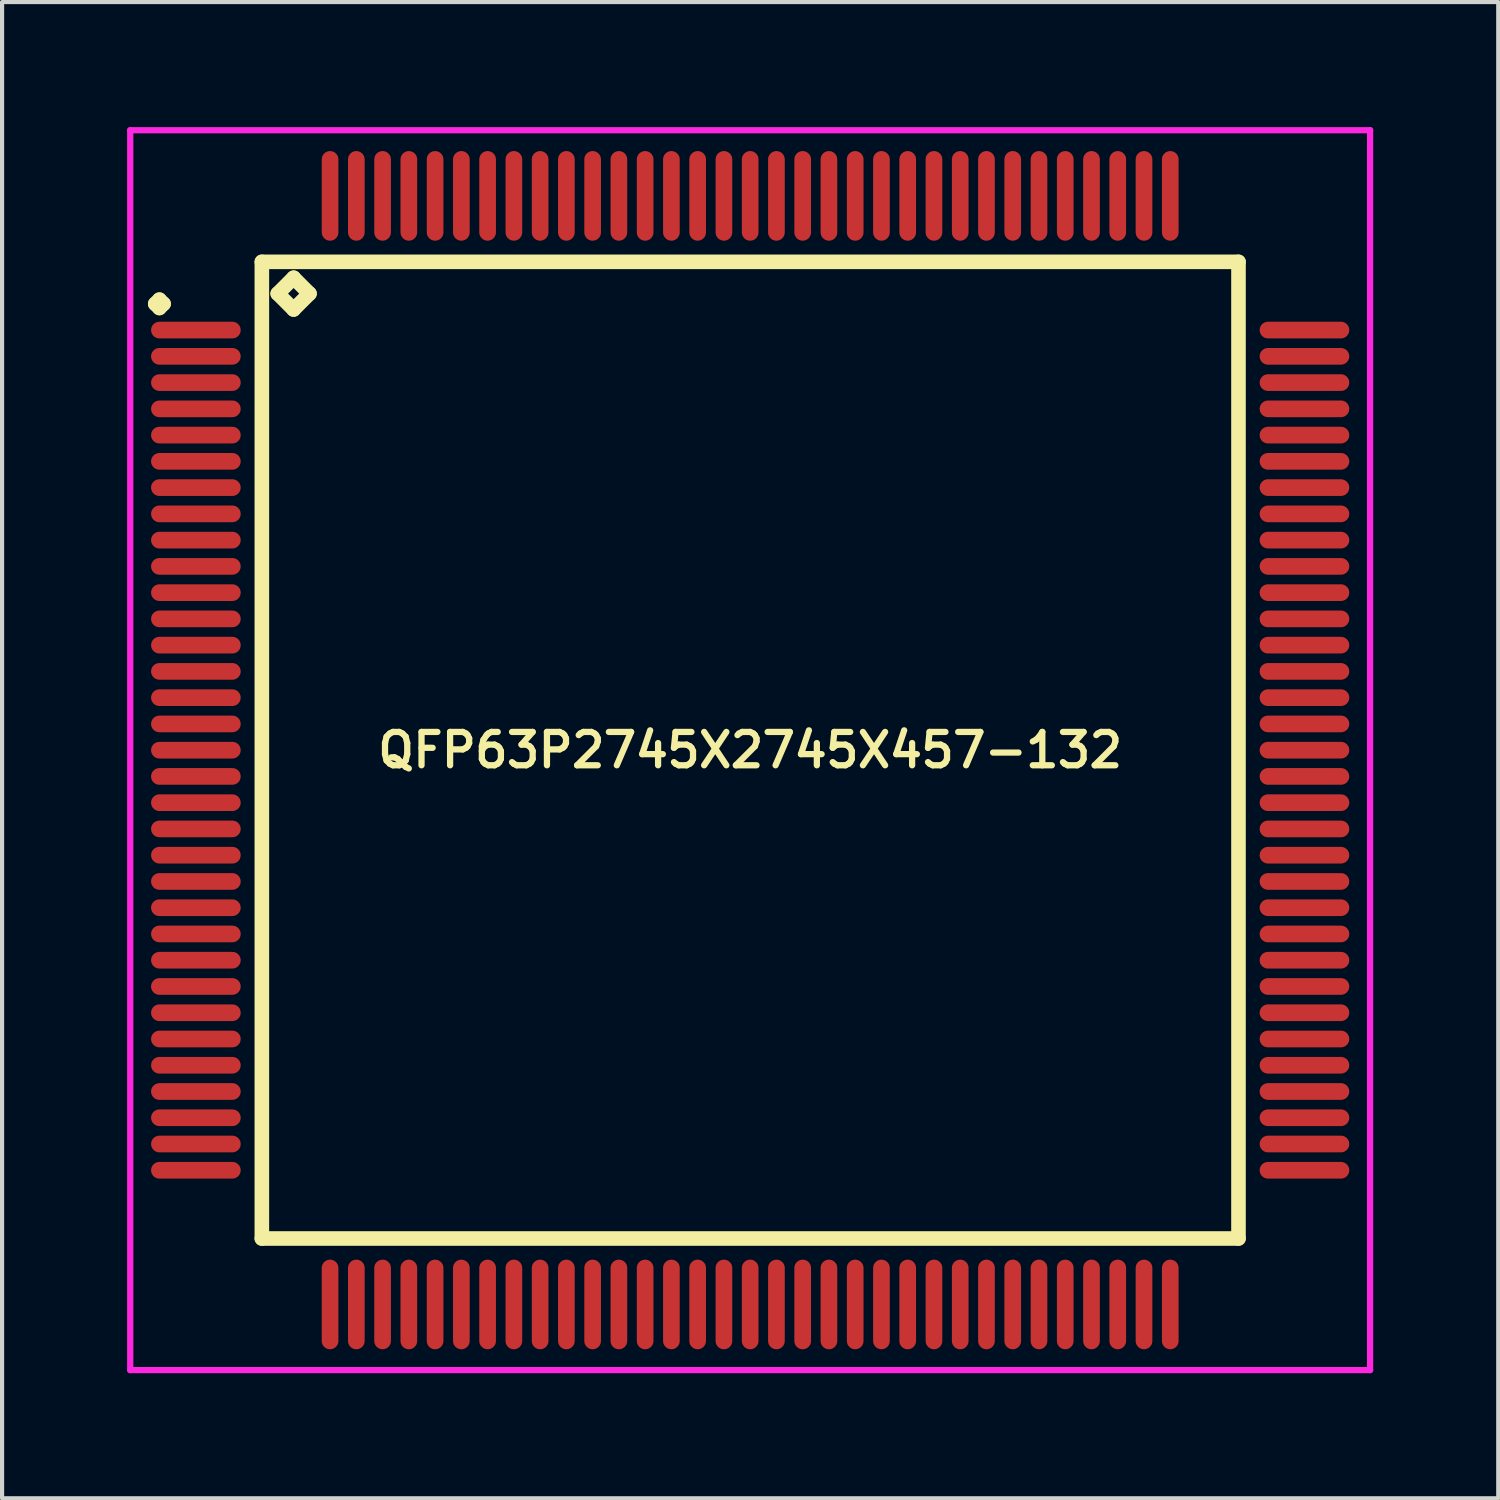
<source format=kicad_pcb>
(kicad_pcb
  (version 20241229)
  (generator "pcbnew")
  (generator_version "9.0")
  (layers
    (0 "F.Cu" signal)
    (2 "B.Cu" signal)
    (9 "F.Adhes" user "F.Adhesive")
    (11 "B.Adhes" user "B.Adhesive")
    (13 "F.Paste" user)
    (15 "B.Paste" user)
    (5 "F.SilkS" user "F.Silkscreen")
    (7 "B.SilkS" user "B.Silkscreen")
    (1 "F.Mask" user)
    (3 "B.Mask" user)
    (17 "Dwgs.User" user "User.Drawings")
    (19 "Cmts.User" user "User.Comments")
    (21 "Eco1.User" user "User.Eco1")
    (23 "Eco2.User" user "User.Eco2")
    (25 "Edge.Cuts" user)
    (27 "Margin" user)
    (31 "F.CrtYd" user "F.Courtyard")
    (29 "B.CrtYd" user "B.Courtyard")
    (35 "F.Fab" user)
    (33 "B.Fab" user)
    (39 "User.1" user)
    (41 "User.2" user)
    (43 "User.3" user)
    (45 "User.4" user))
  (footprint "QFP63P2745X2745X457-132"
    (layer "F.Cu")
    (at 14.95 14.95)
    (property "Reference" "QFP63P2745X2745X457-132" (at 0 0 0) (layer "F.SilkS") (effects (font (size 0.8 0.8) (thickness 0.15))))
    (attr smd)
    (fp_line (start -14.275 -10.71) (end -14.175 -10.81) (stroke (width 0.35) (type solid)) (layer "F.SilkS"))
    (fp_line (start -14.175 -10.81) (end -14.075 -10.71) (stroke (width 0.35) (type solid)) (layer "F.SilkS"))
    (fp_line (start -14.175 -10.61) (end -14.275 -10.71) (stroke (width 0.35) (type solid)) (layer "F.SilkS"))
    (fp_line (start -14.075 -10.71) (end -14.175 -10.61) (stroke (width 0.35) (type solid)) (layer "F.SilkS"))
    (fp_line (start -11.717 -11.717) (end -11.717 11.717) (stroke (width 0.35) (type solid)) (layer "F.SilkS"))
    (fp_line (start -11.717 11.717) (end 11.717 11.717) (stroke (width 0.35) (type solid)) (layer "F.SilkS"))
    (fp_line (start -11.336 -10.955) (end -10.955 -11.336) (stroke (width 0.35) (type solid)) (layer "F.SilkS"))
    (fp_line (start -10.955 -11.336) (end -10.574 -10.955) (stroke (width 0.35) (type solid)) (layer "F.SilkS"))
    (fp_line (start -10.955 -10.574) (end -11.336 -10.955) (stroke (width 0.35) (type solid)) (layer "F.SilkS"))
    (fp_line (start -10.574 -10.955) (end -10.955 -10.574) (stroke (width 0.35) (type solid)) (layer "F.SilkS"))
    (fp_line (start 11.717 -11.717) (end -11.717 -11.717) (stroke (width 0.35) (type solid)) (layer "F.SilkS"))
    (fp_line (start 11.717 11.717) (end 11.717 -11.717) (stroke (width 0.35) (type solid)) (layer "F.SilkS"))
    (fp_line (start -14.875 -14.875) (end 14.875 -14.875) (stroke (width 0.15) (type solid)) (layer "F.CrtYd"))
    (fp_line (start -14.875 14.875) (end -14.875 -14.875) (stroke (width 0.15) (type solid)) (layer "F.CrtYd"))
    (fp_line (start 14.875 -14.875) (end 14.875 14.875) (stroke (width 0.15) (type solid)) (layer "F.CrtYd"))
    (fp_line (start 14.875 14.875) (end -14.875 14.875) (stroke (width 0.15) (type solid)) (layer "F.CrtYd"))
    (pad "1" smd oval (at -13.3 -10.08) (size 2.15 0.4) (layers "F.Cu" "F.Mask" "F.Paste"))
    (pad "2" smd oval (at -13.3 -9.45) (size 2.15 0.4) (layers "F.Cu" "F.Mask" "F.Paste"))
    (pad "3" smd oval (at -13.3 -8.82) (size 2.15 0.4) (layers "F.Cu" "F.Mask" "F.Paste"))
    (pad "4" smd oval (at -13.3 -8.19) (size 2.15 0.4) (layers "F.Cu" "F.Mask" "F.Paste"))
    (pad "5" smd oval (at -13.3 -7.56) (size 2.15 0.4) (layers "F.Cu" "F.Mask" "F.Paste"))
    (pad "6" smd oval (at -13.3 -6.93) (size 2.15 0.4) (layers "F.Cu" "F.Mask" "F.Paste"))
    (pad "7" smd oval (at -13.3 -6.3) (size 2.15 0.4) (layers "F.Cu" "F.Mask" "F.Paste"))
    (pad "8" smd oval (at -13.3 -5.67) (size 2.15 0.4) (layers "F.Cu" "F.Mask" "F.Paste"))
    (pad "9" smd oval (at -13.3 -5.04) (size 2.15 0.4) (layers "F.Cu" "F.Mask" "F.Paste"))
    (pad "10" smd oval (at -13.3 -4.41) (size 2.15 0.4) (layers "F.Cu" "F.Mask" "F.Paste"))
    (pad "11" smd oval (at -13.3 -3.78) (size 2.15 0.4) (layers "F.Cu" "F.Mask" "F.Paste"))
    (pad "12" smd oval (at -13.3 -3.15) (size 2.15 0.4) (layers "F.Cu" "F.Mask" "F.Paste"))
    (pad "13" smd oval (at -13.3 -2.52) (size 2.15 0.4) (layers "F.Cu" "F.Mask" "F.Paste"))
    (pad "14" smd oval (at -13.3 -1.89) (size 2.15 0.4) (layers "F.Cu" "F.Mask" "F.Paste"))
    (pad "15" smd oval (at -13.3 -1.26) (size 2.15 0.4) (layers "F.Cu" "F.Mask" "F.Paste"))
    (pad "16" smd oval (at -13.3 -0.63) (size 2.15 0.4) (layers "F.Cu" "F.Mask" "F.Paste"))
    (pad "17" smd oval (at -13.3 0) (size 2.15 0.4) (layers "F.Cu" "F.Mask" "F.Paste"))
    (pad "18" smd oval (at -13.3 0.63) (size 2.15 0.4) (layers "F.Cu" "F.Mask" "F.Paste"))
    (pad "19" smd oval (at -13.3 1.26) (size 2.15 0.4) (layers "F.Cu" "F.Mask" "F.Paste"))
    (pad "20" smd oval (at -13.3 1.89) (size 2.15 0.4) (layers "F.Cu" "F.Mask" "F.Paste"))
    (pad "21" smd oval (at -13.3 2.52) (size 2.15 0.4) (layers "F.Cu" "F.Mask" "F.Paste"))
    (pad "22" smd oval (at -13.3 3.15) (size 2.15 0.4) (layers "F.Cu" "F.Mask" "F.Paste"))
    (pad "23" smd oval (at -13.3 3.78) (size 2.15 0.4) (layers "F.Cu" "F.Mask" "F.Paste"))
    (pad "24" smd oval (at -13.3 4.41) (size 2.15 0.4) (layers "F.Cu" "F.Mask" "F.Paste"))
    (pad "25" smd oval (at -13.3 5.04) (size 2.15 0.4) (layers "F.Cu" "F.Mask" "F.Paste"))
    (pad "26" smd oval (at -13.3 5.67) (size 2.15 0.4) (layers "F.Cu" "F.Mask" "F.Paste"))
    (pad "27" smd oval (at -13.3 6.3) (size 2.15 0.4) (layers "F.Cu" "F.Mask" "F.Paste"))
    (pad "28" smd oval (at -13.3 6.93) (size 2.15 0.4) (layers "F.Cu" "F.Mask" "F.Paste"))
    (pad "29" smd oval (at -13.3 7.56) (size 2.15 0.4) (layers "F.Cu" "F.Mask" "F.Paste"))
    (pad "30" smd oval (at -13.3 8.19) (size 2.15 0.4) (layers "F.Cu" "F.Mask" "F.Paste"))
    (pad "31" smd oval (at -13.3 8.82) (size 2.15 0.4) (layers "F.Cu" "F.Mask" "F.Paste"))
    (pad "32" smd oval (at -13.3 9.45) (size 2.15 0.4) (layers "F.Cu" "F.Mask" "F.Paste"))
    (pad "33" smd oval (at -13.3 10.08) (size 2.15 0.4) (layers "F.Cu" "F.Mask" "F.Paste"))
    (pad "34" smd oval (at -10.08 13.3) (size 0.4 2.15) (layers "F.Cu" "F.Mask" "F.Paste"))
    (pad "35" smd oval (at -9.45 13.3) (size 0.4 2.15) (layers "F.Cu" "F.Mask" "F.Paste"))
    (pad "36" smd oval (at -8.82 13.3) (size 0.4 2.15) (layers "F.Cu" "F.Mask" "F.Paste"))
    (pad "37" smd oval (at -8.19 13.3) (size 0.4 2.15) (layers "F.Cu" "F.Mask" "F.Paste"))
    (pad "38" smd oval (at -7.56 13.3) (size 0.4 2.15) (layers "F.Cu" "F.Mask" "F.Paste"))
    (pad "39" smd oval (at -6.93 13.3) (size 0.4 2.15) (layers "F.Cu" "F.Mask" "F.Paste"))
    (pad "40" smd oval (at -6.3 13.3) (size 0.4 2.15) (layers "F.Cu" "F.Mask" "F.Paste"))
    (pad "41" smd oval (at -5.67 13.3) (size 0.4 2.15) (layers "F.Cu" "F.Mask" "F.Paste"))
    (pad "42" smd oval (at -5.04 13.3) (size 0.4 2.15) (layers "F.Cu" "F.Mask" "F.Paste"))
    (pad "43" smd oval (at -4.41 13.3) (size 0.4 2.15) (layers "F.Cu" "F.Mask" "F.Paste"))
    (pad "44" smd oval (at -3.78 13.3) (size 0.4 2.15) (layers "F.Cu" "F.Mask" "F.Paste"))
    (pad "45" smd oval (at -3.15 13.3) (size 0.4 2.15) (layers "F.Cu" "F.Mask" "F.Paste"))
    (pad "46" smd oval (at -2.52 13.3) (size 0.4 2.15) (layers "F.Cu" "F.Mask" "F.Paste"))
    (pad "47" smd oval (at -1.89 13.3) (size 0.4 2.15) (layers "F.Cu" "F.Mask" "F.Paste"))
    (pad "48" smd oval (at -1.26 13.3) (size 0.4 2.15) (layers "F.Cu" "F.Mask" "F.Paste"))
    (pad "49" smd oval (at -0.63 13.3) (size 0.4 2.15) (layers "F.Cu" "F.Mask" "F.Paste"))
    (pad "50" smd oval (at 0 13.3) (size 0.4 2.15) (layers "F.Cu" "F.Mask" "F.Paste"))
    (pad "51" smd oval (at 0.63 13.3) (size 0.4 2.15) (layers "F.Cu" "F.Mask" "F.Paste"))
    (pad "52" smd oval (at 1.26 13.3) (size 0.4 2.15) (layers "F.Cu" "F.Mask" "F.Paste"))
    (pad "53" smd oval (at 1.89 13.3) (size 0.4 2.15) (layers "F.Cu" "F.Mask" "F.Paste"))
    (pad "54" smd oval (at 2.52 13.3) (size 0.4 2.15) (layers "F.Cu" "F.Mask" "F.Paste"))
    (pad "55" smd oval (at 3.15 13.3) (size 0.4 2.15) (layers "F.Cu" "F.Mask" "F.Paste"))
    (pad "56" smd oval (at 3.78 13.3) (size 0.4 2.15) (layers "F.Cu" "F.Mask" "F.Paste"))
    (pad "57" smd oval (at 4.41 13.3) (size 0.4 2.15) (layers "F.Cu" "F.Mask" "F.Paste"))
    (pad "58" smd oval (at 5.04 13.3) (size 0.4 2.15) (layers "F.Cu" "F.Mask" "F.Paste"))
    (pad "59" smd oval (at 5.67 13.3) (size 0.4 2.15) (layers "F.Cu" "F.Mask" "F.Paste"))
    (pad "60" smd oval (at 6.3 13.3) (size 0.4 2.15) (layers "F.Cu" "F.Mask" "F.Paste"))
    (pad "61" smd oval (at 6.93 13.3) (size 0.4 2.15) (layers "F.Cu" "F.Mask" "F.Paste"))
    (pad "62" smd oval (at 7.56 13.3) (size 0.4 2.15) (layers "F.Cu" "F.Mask" "F.Paste"))
    (pad "63" smd oval (at 8.19 13.3) (size 0.4 2.15) (layers "F.Cu" "F.Mask" "F.Paste"))
    (pad "64" smd oval (at 8.82 13.3) (size 0.4 2.15) (layers "F.Cu" "F.Mask" "F.Paste"))
    (pad "65" smd oval (at 9.45 13.3) (size 0.4 2.15) (layers "F.Cu" "F.Mask" "F.Paste"))
    (pad "66" smd oval (at 10.08 13.3) (size 0.4 2.15) (layers "F.Cu" "F.Mask" "F.Paste"))
    (pad "67" smd oval (at 13.3 10.08) (size 2.15 0.4) (layers "F.Cu" "F.Mask" "F.Paste"))
    (pad "68" smd oval (at 13.3 9.45) (size 2.15 0.4) (layers "F.Cu" "F.Mask" "F.Paste"))
    (pad "69" smd oval (at 13.3 8.82) (size 2.15 0.4) (layers "F.Cu" "F.Mask" "F.Paste"))
    (pad "70" smd oval (at 13.3 8.19) (size 2.15 0.4) (layers "F.Cu" "F.Mask" "F.Paste"))
    (pad "71" smd oval (at 13.3 7.56) (size 2.15 0.4) (layers "F.Cu" "F.Mask" "F.Paste"))
    (pad "72" smd oval (at 13.3 6.93) (size 2.15 0.4) (layers "F.Cu" "F.Mask" "F.Paste"))
    (pad "73" smd oval (at 13.3 6.3) (size 2.15 0.4) (layers "F.Cu" "F.Mask" "F.Paste"))
    (pad "74" smd oval (at 13.3 5.67) (size 2.15 0.4) (layers "F.Cu" "F.Mask" "F.Paste"))
    (pad "75" smd oval (at 13.3 5.04) (size 2.15 0.4) (layers "F.Cu" "F.Mask" "F.Paste"))
    (pad "76" smd oval (at 13.3 4.41) (size 2.15 0.4) (layers "F.Cu" "F.Mask" "F.Paste"))
    (pad "77" smd oval (at 13.3 3.78) (size 2.15 0.4) (layers "F.Cu" "F.Mask" "F.Paste"))
    (pad "78" smd oval (at 13.3 3.15) (size 2.15 0.4) (layers "F.Cu" "F.Mask" "F.Paste"))
    (pad "79" smd oval (at 13.3 2.52) (size 2.15 0.4) (layers "F.Cu" "F.Mask" "F.Paste"))
    (pad "80" smd oval (at 13.3 1.89) (size 2.15 0.4) (layers "F.Cu" "F.Mask" "F.Paste"))
    (pad "81" smd oval (at 13.3 1.26) (size 2.15 0.4) (layers "F.Cu" "F.Mask" "F.Paste"))
    (pad "82" smd oval (at 13.3 0.63) (size 2.15 0.4) (layers "F.Cu" "F.Mask" "F.Paste"))
    (pad "83" smd oval (at 13.3 0) (size 2.15 0.4) (layers "F.Cu" "F.Mask" "F.Paste"))
    (pad "84" smd oval (at 13.3 -0.63) (size 2.15 0.4) (layers "F.Cu" "F.Mask" "F.Paste"))
    (pad "85" smd oval (at 13.3 -1.26) (size 2.15 0.4) (layers "F.Cu" "F.Mask" "F.Paste"))
    (pad "86" smd oval (at 13.3 -1.89) (size 2.15 0.4) (layers "F.Cu" "F.Mask" "F.Paste"))
    (pad "87" smd oval (at 13.3 -2.52) (size 2.15 0.4) (layers "F.Cu" "F.Mask" "F.Paste"))
    (pad "88" smd oval (at 13.3 -3.15) (size 2.15 0.4) (layers "F.Cu" "F.Mask" "F.Paste"))
    (pad "89" smd oval (at 13.3 -3.78) (size 2.15 0.4) (layers "F.Cu" "F.Mask" "F.Paste"))
    (pad "90" smd oval (at 13.3 -4.41) (size 2.15 0.4) (layers "F.Cu" "F.Mask" "F.Paste"))
    (pad "91" smd oval (at 13.3 -5.04) (size 2.15 0.4) (layers "F.Cu" "F.Mask" "F.Paste"))
    (pad "92" smd oval (at 13.3 -5.67) (size 2.15 0.4) (layers "F.Cu" "F.Mask" "F.Paste"))
    (pad "93" smd oval (at 13.3 -6.3) (size 2.15 0.4) (layers "F.Cu" "F.Mask" "F.Paste"))
    (pad "94" smd oval (at 13.3 -6.93) (size 2.15 0.4) (layers "F.Cu" "F.Mask" "F.Paste"))
    (pad "95" smd oval (at 13.3 -7.56) (size 2.15 0.4) (layers "F.Cu" "F.Mask" "F.Paste"))
    (pad "96" smd oval (at 13.3 -8.19) (size 2.15 0.4) (layers "F.Cu" "F.Mask" "F.Paste"))
    (pad "97" smd oval (at 13.3 -8.82) (size 2.15 0.4) (layers "F.Cu" "F.Mask" "F.Paste"))
    (pad "98" smd oval (at 13.3 -9.45) (size 2.15 0.4) (layers "F.Cu" "F.Mask" "F.Paste"))
    (pad "99" smd oval (at 13.3 -10.08) (size 2.15 0.4) (layers "F.Cu" "F.Mask" "F.Paste"))
    (pad "100" smd oval (at 10.08 -13.3) (size 0.4 2.15) (layers "F.Cu" "F.Mask" "F.Paste"))
    (pad "101" smd oval (at 9.45 -13.3) (size 0.4 2.15) (layers "F.Cu" "F.Mask" "F.Paste"))
    (pad "102" smd oval (at 8.82 -13.3) (size 0.4 2.15) (layers "F.Cu" "F.Mask" "F.Paste"))
    (pad "103" smd oval (at 8.19 -13.3) (size 0.4 2.15) (layers "F.Cu" "F.Mask" "F.Paste"))
    (pad "104" smd oval (at 7.56 -13.3) (size 0.4 2.15) (layers "F.Cu" "F.Mask" "F.Paste"))
    (pad "105" smd oval (at 6.93 -13.3) (size 0.4 2.15) (layers "F.Cu" "F.Mask" "F.Paste"))
    (pad "106" smd oval (at 6.3 -13.3) (size 0.4 2.15) (layers "F.Cu" "F.Mask" "F.Paste"))
    (pad "107" smd oval (at 5.67 -13.3) (size 0.4 2.15) (layers "F.Cu" "F.Mask" "F.Paste"))
    (pad "108" smd oval (at 5.04 -13.3) (size 0.4 2.15) (layers "F.Cu" "F.Mask" "F.Paste"))
    (pad "109" smd oval (at 4.41 -13.3) (size 0.4 2.15) (layers "F.Cu" "F.Mask" "F.Paste"))
    (pad "110" smd oval (at 3.78 -13.3) (size 0.4 2.15) (layers "F.Cu" "F.Mask" "F.Paste"))
    (pad "111" smd oval (at 3.15 -13.3) (size 0.4 2.15) (layers "F.Cu" "F.Mask" "F.Paste"))
    (pad "112" smd oval (at 2.52 -13.3) (size 0.4 2.15) (layers "F.Cu" "F.Mask" "F.Paste"))
    (pad "113" smd oval (at 1.89 -13.3) (size 0.4 2.15) (layers "F.Cu" "F.Mask" "F.Paste"))
    (pad "114" smd oval (at 1.26 -13.3) (size 0.4 2.15) (layers "F.Cu" "F.Mask" "F.Paste"))
    (pad "115" smd oval (at 0.63 -13.3) (size 0.4 2.15) (layers "F.Cu" "F.Mask" "F.Paste"))
    (pad "116" smd oval (at 0 -13.3) (size 0.4 2.15) (layers "F.Cu" "F.Mask" "F.Paste"))
    (pad "117" smd oval (at -0.63 -13.3) (size 0.4 2.15) (layers "F.Cu" "F.Mask" "F.Paste"))
    (pad "118" smd oval (at -1.26 -13.3) (size 0.4 2.15) (layers "F.Cu" "F.Mask" "F.Paste"))
    (pad "119" smd oval (at -1.89 -13.3) (size 0.4 2.15) (layers "F.Cu" "F.Mask" "F.Paste"))
    (pad "120" smd oval (at -2.52 -13.3) (size 0.4 2.15) (layers "F.Cu" "F.Mask" "F.Paste"))
    (pad "121" smd oval (at -3.15 -13.3) (size 0.4 2.15) (layers "F.Cu" "F.Mask" "F.Paste"))
    (pad "122" smd oval (at -3.78 -13.3) (size 0.4 2.15) (layers "F.Cu" "F.Mask" "F.Paste"))
    (pad "123" smd oval (at -4.41 -13.3) (size 0.4 2.15) (layers "F.Cu" "F.Mask" "F.Paste"))
    (pad "124" smd oval (at -5.04 -13.3) (size 0.4 2.15) (layers "F.Cu" "F.Mask" "F.Paste"))
    (pad "125" smd oval (at -5.67 -13.3) (size 0.4 2.15) (layers "F.Cu" "F.Mask" "F.Paste"))
    (pad "126" smd oval (at -6.3 -13.3) (size 0.4 2.15) (layers "F.Cu" "F.Mask" "F.Paste"))
    (pad "127" smd oval (at -6.93 -13.3) (size 0.4 2.15) (layers "F.Cu" "F.Mask" "F.Paste"))
    (pad "128" smd oval (at -7.56 -13.3) (size 0.4 2.15) (layers "F.Cu" "F.Mask" "F.Paste"))
    (pad "129" smd oval (at -8.19 -13.3) (size 0.4 2.15) (layers "F.Cu" "F.Mask" "F.Paste"))
    (pad "130" smd oval (at -8.82 -13.3) (size 0.4 2.15) (layers "F.Cu" "F.Mask" "F.Paste"))
    (pad "131" smd oval (at -9.45 -13.3) (size 0.4 2.15) (layers "F.Cu" "F.Mask" "F.Paste"))
    (pad "132" smd oval (at -10.08 -13.3) (size 0.4 2.15) (layers "F.Cu" "F.Mask" "F.Paste")))
  (gr_rect
    (start -3 -3)
    (end 32.9 32.9)
    (stroke (width 0.1) (type default))
    (fill no)
    (layer "Edge.Cuts")))
</source>
